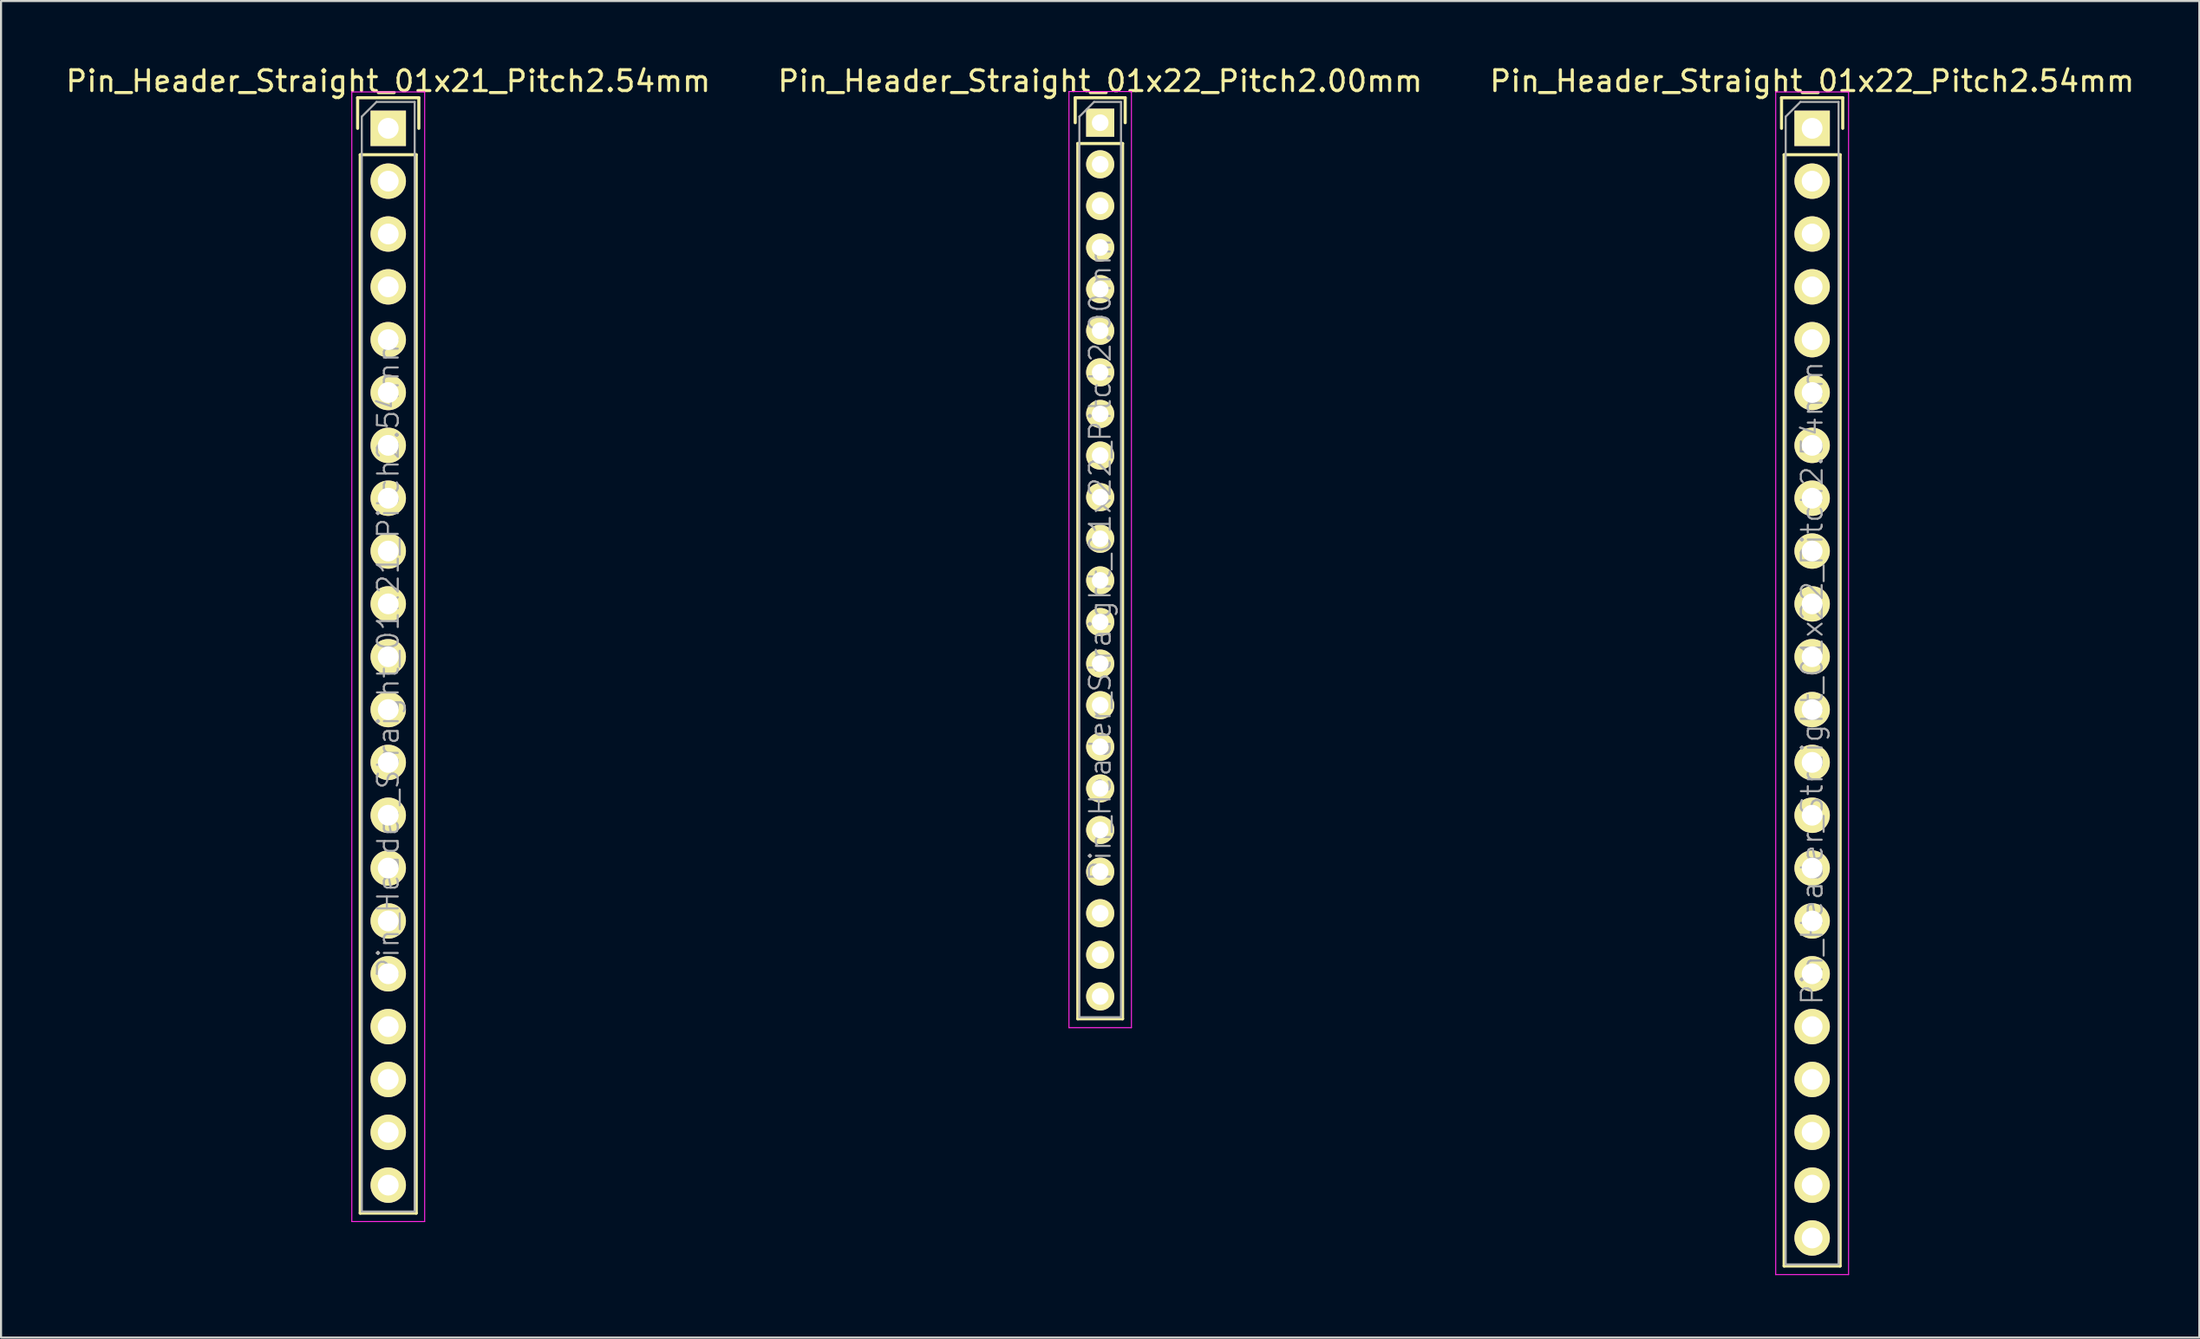
<source format=kicad_pcb>
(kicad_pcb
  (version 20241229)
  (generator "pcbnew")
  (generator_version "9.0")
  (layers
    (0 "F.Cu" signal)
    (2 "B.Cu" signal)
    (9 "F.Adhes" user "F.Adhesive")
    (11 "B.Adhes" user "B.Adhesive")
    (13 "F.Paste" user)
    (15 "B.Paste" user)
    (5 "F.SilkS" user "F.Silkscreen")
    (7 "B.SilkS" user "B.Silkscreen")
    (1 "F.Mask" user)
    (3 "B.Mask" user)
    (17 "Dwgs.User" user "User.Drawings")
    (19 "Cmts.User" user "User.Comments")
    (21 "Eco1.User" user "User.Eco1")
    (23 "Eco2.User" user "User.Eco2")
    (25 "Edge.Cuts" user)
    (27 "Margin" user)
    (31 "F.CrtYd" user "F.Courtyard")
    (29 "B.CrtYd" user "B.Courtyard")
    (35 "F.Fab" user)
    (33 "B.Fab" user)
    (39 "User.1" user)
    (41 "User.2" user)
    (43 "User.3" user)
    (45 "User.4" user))
  (footprint "Pin_Header_Straight_01x21_Pitch2.54mm"
    (layer "F.Cu")
    (at 15.601 3.118)
    (property "Reference" "Pin_Header_Straight_01x21_Pitch2.54mm" (at 0 -2.27 0) (layer "F.SilkS") (effects (font (size 1 1) (thickness 0.15))))
    (attr smd)
    (fp_line (start -1.47 -1.47) (end -1.47 0) (stroke (width 0.15) (type solid)) (layer "F.SilkS"))
    (fp_line (start -1.47 -1.47) (end 1.47 -1.47) (stroke (width 0.15) (type solid)) (layer "F.SilkS"))
    (fp_line (start -1.345 1.27) (end -1.345 52.145) (stroke (width 0.15) (type solid)) (layer "F.SilkS"))
    (fp_line (start -1.345 1.27) (end 1.345 1.27) (stroke (width 0.15) (type solid)) (layer "F.SilkS"))
    (fp_line (start -1.345 52.145) (end 1.345 52.145) (stroke (width 0.15) (type solid)) (layer "F.SilkS"))
    (fp_line (start 1.345 1.27) (end 1.345 52.145) (stroke (width 0.15) (type solid)) (layer "F.SilkS"))
    (fp_line (start 1.47 -1.47) (end 1.47 0) (stroke (width 0.15) (type solid)) (layer "F.SilkS"))
    (fp_line (start -1.75 -1.75) (end -1.75 52.55) (stroke (width 0.05) (type solid)) (layer "F.CrtYd"))
    (fp_line (start 1.75 -1.75) (end -1.75 -1.75) (stroke (width 0.05) (type solid)) (layer "F.CrtYd"))
    (fp_line (start 1.75 -1.75) (end 1.75 52.55) (stroke (width 0.05) (type solid)) (layer "F.CrtYd"))
    (fp_line (start 1.75 52.55) (end -1.75 52.55) (stroke (width 0.05) (type solid)) (layer "F.CrtYd"))
    (fp_line (start -1.27 -0.563) (end -0.563 -1.27) (stroke (width 0.1) (type solid)) (layer "F.Fab"))
    (fp_line (start -1.27 52.07) (end -1.27 -0.563) (stroke (width 0.1) (type solid)) (layer "F.Fab"))
    (fp_line (start 1.27 -1.27) (end -0.563 -1.27) (stroke (width 0.1) (type solid)) (layer "F.Fab"))
    (fp_line (start 1.27 52.07) (end -1.27 52.07) (stroke (width 0.1) (type solid)) (layer "F.Fab"))
    (fp_line (start 1.27 52.07) (end 1.27 -1.27) (stroke (width 0.1) (type solid)) (layer "F.Fab"))
    (fp_text user "${REFERENCE}" (at 0 25.4 90) (layer "F.Fab") (effects (font (size 1 1) (thickness 0.1))))
    (pad "1" thru_hole rect (at 0 0) (size 1.7 1.7) (drill 1) (layers "*.Cu" "*.Mask" "F.SilkS"))
    (pad "2" thru_hole oval (at 0 2.54) (size 1.7 1.7) (drill 1) (layers "*.Cu" "*.Mask" "F.SilkS"))
    (pad "3" thru_hole oval (at 0 5.08) (size 1.7 1.7) (drill 1) (layers "*.Cu" "*.Mask" "F.SilkS"))
    (pad "4" thru_hole oval (at 0 7.62) (size 1.7 1.7) (drill 1) (layers "*.Cu" "*.Mask" "F.SilkS"))
    (pad "5" thru_hole oval (at 0 10.16) (size 1.7 1.7) (drill 1) (layers "*.Cu" "*.Mask" "F.SilkS"))
    (pad "6" thru_hole oval (at 0 12.7) (size 1.7 1.7) (drill 1) (layers "*.Cu" "*.Mask" "F.SilkS"))
    (pad "7" thru_hole oval (at 0 15.24) (size 1.7 1.7) (drill 1) (layers "*.Cu" "*.Mask" "F.SilkS"))
    (pad "8" thru_hole oval (at 0 17.78) (size 1.7 1.7) (drill 1) (layers "*.Cu" "*.Mask" "F.SilkS"))
    (pad "9" thru_hole oval (at 0 20.32) (size 1.7 1.7) (drill 1) (layers "*.Cu" "*.Mask" "F.SilkS"))
    (pad "10" thru_hole oval (at 0 22.86) (size 1.7 1.7) (drill 1) (layers "*.Cu" "*.Mask" "F.SilkS"))
    (pad "11" thru_hole oval (at 0 25.4) (size 1.7 1.7) (drill 1) (layers "*.Cu" "*.Mask" "F.SilkS"))
    (pad "12" thru_hole oval (at 0 27.94) (size 1.7 1.7) (drill 1) (layers "*.Cu" "*.Mask" "F.SilkS"))
    (pad "13" thru_hole oval (at 0 30.48) (size 1.7 1.7) (drill 1) (layers "*.Cu" "*.Mask" "F.SilkS"))
    (pad "14" thru_hole oval (at 0 33.02) (size 1.7 1.7) (drill 1) (layers "*.Cu" "*.Mask" "F.SilkS"))
    (pad "15" thru_hole oval (at 0 35.56) (size 1.7 1.7) (drill 1) (layers "*.Cu" "*.Mask" "F.SilkS"))
    (pad "16" thru_hole oval (at 0 38.1) (size 1.7 1.7) (drill 1) (layers "*.Cu" "*.Mask" "F.SilkS"))
    (pad "17" thru_hole oval (at 0 40.64) (size 1.7 1.7) (drill 1) (layers "*.Cu" "*.Mask" "F.SilkS"))
    (pad "18" thru_hole oval (at 0 43.18) (size 1.7 1.7) (drill 1) (layers "*.Cu" "*.Mask" "F.SilkS"))
    (pad "19" thru_hole oval (at 0 45.72) (size 1.7 1.7) (drill 1) (layers "*.Cu" "*.Mask" "F.SilkS"))
    (pad "20" thru_hole oval (at 0 48.26) (size 1.7 1.7) (drill 1) (layers "*.Cu" "*.Mask" "F.SilkS"))
    (pad "21" thru_hole oval (at 0 50.8) (size 1.7 1.7) (drill 1) (layers "*.Cu" "*.Mask" "F.SilkS")))
  (footprint "Pin_Header_Straight_01x22_Pitch2.54mm"
    (layer "F.Cu")
    (at 84.006 3.118)
    (property "Reference" "Pin_Header_Straight_01x22_Pitch2.54mm" (at 0 -2.27 0) (layer "F.SilkS") (effects (font (size 1 1) (thickness 0.15))))
    (attr smd)
    (fp_line (start -1.47 -1.47) (end -1.47 0) (stroke (width 0.15) (type solid)) (layer "F.SilkS"))
    (fp_line (start -1.47 -1.47) (end 1.47 -1.47) (stroke (width 0.15) (type solid)) (layer "F.SilkS"))
    (fp_line (start -1.345 1.27) (end -1.345 54.685) (stroke (width 0.15) (type solid)) (layer "F.SilkS"))
    (fp_line (start -1.345 1.27) (end 1.345 1.27) (stroke (width 0.15) (type solid)) (layer "F.SilkS"))
    (fp_line (start -1.345 54.685) (end 1.345 54.685) (stroke (width 0.15) (type solid)) (layer "F.SilkS"))
    (fp_line (start 1.345 1.27) (end 1.345 54.685) (stroke (width 0.15) (type solid)) (layer "F.SilkS"))
    (fp_line (start 1.47 -1.47) (end 1.47 0) (stroke (width 0.15) (type solid)) (layer "F.SilkS"))
    (fp_line (start -1.75 -1.75) (end -1.75 55.1) (stroke (width 0.05) (type solid)) (layer "F.CrtYd"))
    (fp_line (start 1.75 -1.75) (end -1.75 -1.75) (stroke (width 0.05) (type solid)) (layer "F.CrtYd"))
    (fp_line (start 1.75 -1.75) (end 1.75 55.1) (stroke (width 0.05) (type solid)) (layer "F.CrtYd"))
    (fp_line (start 1.75 55.1) (end -1.75 55.1) (stroke (width 0.05) (type solid)) (layer "F.CrtYd"))
    (fp_line (start -1.27 -0.563) (end -0.563 -1.27) (stroke (width 0.1) (type solid)) (layer "F.Fab"))
    (fp_line (start -1.27 54.61) (end -1.27 -0.563) (stroke (width 0.1) (type solid)) (layer "F.Fab"))
    (fp_line (start 1.27 -1.27) (end -0.563 -1.27) (stroke (width 0.1) (type solid)) (layer "F.Fab"))
    (fp_line (start 1.27 54.61) (end -1.27 54.61) (stroke (width 0.1) (type solid)) (layer "F.Fab"))
    (fp_line (start 1.27 54.61) (end 1.27 -1.27) (stroke (width 0.1) (type solid)) (layer "F.Fab"))
    (fp_text user "${REFERENCE}" (at 0 26.67 90) (layer "F.Fab") (effects (font (size 1 1) (thickness 0.1))))
    (pad "1" thru_hole rect (at 0 0) (size 1.7 1.7) (drill 1) (layers "*.Cu" "*.Mask" "F.SilkS"))
    (pad "2" thru_hole oval (at 0 2.54) (size 1.7 1.7) (drill 1) (layers "*.Cu" "*.Mask" "F.SilkS"))
    (pad "3" thru_hole oval (at 0 5.08) (size 1.7 1.7) (drill 1) (layers "*.Cu" "*.Mask" "F.SilkS"))
    (pad "4" thru_hole oval (at 0 7.62) (size 1.7 1.7) (drill 1) (layers "*.Cu" "*.Mask" "F.SilkS"))
    (pad "5" thru_hole oval (at 0 10.16) (size 1.7 1.7) (drill 1) (layers "*.Cu" "*.Mask" "F.SilkS"))
    (pad "6" thru_hole oval (at 0 12.7) (size 1.7 1.7) (drill 1) (layers "*.Cu" "*.Mask" "F.SilkS"))
    (pad "7" thru_hole oval (at 0 15.24) (size 1.7 1.7) (drill 1) (layers "*.Cu" "*.Mask" "F.SilkS"))
    (pad "8" thru_hole oval (at 0 17.78) (size 1.7 1.7) (drill 1) (layers "*.Cu" "*.Mask" "F.SilkS"))
    (pad "9" thru_hole oval (at 0 20.32) (size 1.7 1.7) (drill 1) (layers "*.Cu" "*.Mask" "F.SilkS"))
    (pad "10" thru_hole oval (at 0 22.86) (size 1.7 1.7) (drill 1) (layers "*.Cu" "*.Mask" "F.SilkS"))
    (pad "11" thru_hole oval (at 0 25.4) (size 1.7 1.7) (drill 1) (layers "*.Cu" "*.Mask" "F.SilkS"))
    (pad "12" thru_hole oval (at 0 27.94) (size 1.7 1.7) (drill 1) (layers "*.Cu" "*.Mask" "F.SilkS"))
    (pad "13" thru_hole oval (at 0 30.48) (size 1.7 1.7) (drill 1) (layers "*.Cu" "*.Mask" "F.SilkS"))
    (pad "14" thru_hole oval (at 0 33.02) (size 1.7 1.7) (drill 1) (layers "*.Cu" "*.Mask" "F.SilkS"))
    (pad "15" thru_hole oval (at 0 35.56) (size 1.7 1.7) (drill 1) (layers "*.Cu" "*.Mask" "F.SilkS"))
    (pad "16" thru_hole oval (at 0 38.1) (size 1.7 1.7) (drill 1) (layers "*.Cu" "*.Mask" "F.SilkS"))
    (pad "17" thru_hole oval (at 0 40.64) (size 1.7 1.7) (drill 1) (layers "*.Cu" "*.Mask" "F.SilkS"))
    (pad "18" thru_hole oval (at 0 43.18) (size 1.7 1.7) (drill 1) (layers "*.Cu" "*.Mask" "F.SilkS"))
    (pad "19" thru_hole oval (at 0 45.72) (size 1.7 1.7) (drill 1) (layers "*.Cu" "*.Mask" "F.SilkS"))
    (pad "20" thru_hole oval (at 0 48.26) (size 1.7 1.7) (drill 1) (layers "*.Cu" "*.Mask" "F.SilkS"))
    (pad "21" thru_hole oval (at 0 50.8) (size 1.7 1.7) (drill 1) (layers "*.Cu" "*.Mask" "F.SilkS"))
    (pad "22" thru_hole oval (at 0 53.34) (size 1.7 1.7) (drill 1) (layers "*.Cu" "*.Mask" "F.SilkS")))
  (footprint "Pin_Header_Straight_01x22_Pitch2.00mm"
    (layer "F.Cu")
    (at 49.804 2.848)
    (property "Reference" "Pin_Header_Straight_01x22_Pitch2.00mm" (at 0 -2 0) (layer "F.SilkS") (effects (font (size 1 1) (thickness 0.15))))
    (attr smd)
    (fp_line (start -1.2 -1.2) (end -1.2 0) (stroke (width 0.15) (type solid)) (layer "F.SilkS"))
    (fp_line (start -1.2 -1.2) (end 1.2 -1.2) (stroke (width 0.15) (type solid)) (layer "F.SilkS"))
    (fp_line (start -1.075 1) (end -1.075 43.075) (stroke (width 0.15) (type solid)) (layer "F.SilkS"))
    (fp_line (start -1.075 1) (end 1.075 1) (stroke (width 0.15) (type solid)) (layer "F.SilkS"))
    (fp_line (start -1.075 43.075) (end 1.075 43.075) (stroke (width 0.15) (type solid)) (layer "F.SilkS"))
    (fp_line (start 1.075 1) (end 1.075 43.075) (stroke (width 0.15) (type solid)) (layer "F.SilkS"))
    (fp_line (start 1.2 -1.2) (end 1.2 0) (stroke (width 0.15) (type solid)) (layer "F.SilkS"))
    (fp_line (start -1.5 -1.5) (end -1.5 43.5) (stroke (width 0.05) (type solid)) (layer "F.CrtYd"))
    (fp_line (start 1.5 -1.5) (end -1.5 -1.5) (stroke (width 0.05) (type solid)) (layer "F.CrtYd"))
    (fp_line (start 1.5 -1.5) (end 1.5 43.5) (stroke (width 0.05) (type solid)) (layer "F.CrtYd"))
    (fp_line (start 1.5 43.5) (end -1.5 43.5) (stroke (width 0.05) (type solid)) (layer "F.CrtYd"))
    (fp_line (start -1 -0.293) (end -0.293 -1) (stroke (width 0.1) (type solid)) (layer "F.Fab"))
    (fp_line (start -1 43) (end -1 -0.293) (stroke (width 0.1) (type solid)) (layer "F.Fab"))
    (fp_line (start 1 -1) (end -0.293 -1) (stroke (width 0.1) (type solid)) (layer "F.Fab"))
    (fp_line (start 1 43) (end -1 43) (stroke (width 0.1) (type solid)) (layer "F.Fab"))
    (fp_line (start 1 43) (end 1 -1) (stroke (width 0.1) (type solid)) (layer "F.Fab"))
    (fp_text user "${REFERENCE}" (at 0 21 90) (layer "F.Fab") (effects (font (size 1 1) (thickness 0.1))))
    (pad "1" thru_hole rect (at 0 0) (size 1.35 1.35) (drill 0.8) (layers "*.Cu" "*.Mask" "F.SilkS"))
    (pad "2" thru_hole oval (at 0 2) (size 1.35 1.35) (drill 0.8) (layers "*.Cu" "*.Mask" "F.SilkS"))
    (pad "3" thru_hole oval (at 0 4) (size 1.35 1.35) (drill 0.8) (layers "*.Cu" "*.Mask" "F.SilkS"))
    (pad "4" thru_hole oval (at 0 6) (size 1.35 1.35) (drill 0.8) (layers "*.Cu" "*.Mask" "F.SilkS"))
    (pad "5" thru_hole oval (at 0 8) (size 1.35 1.35) (drill 0.8) (layers "*.Cu" "*.Mask" "F.SilkS"))
    (pad "6" thru_hole oval (at 0 10) (size 1.35 1.35) (drill 0.8) (layers "*.Cu" "*.Mask" "F.SilkS"))
    (pad "7" thru_hole oval (at 0 12) (size 1.35 1.35) (drill 0.8) (layers "*.Cu" "*.Mask" "F.SilkS"))
    (pad "8" thru_hole oval (at 0 14) (size 1.35 1.35) (drill 0.8) (layers "*.Cu" "*.Mask" "F.SilkS"))
    (pad "9" thru_hole oval (at 0 16) (size 1.35 1.35) (drill 0.8) (layers "*.Cu" "*.Mask" "F.SilkS"))
    (pad "10" thru_hole oval (at 0 18) (size 1.35 1.35) (drill 0.8) (layers "*.Cu" "*.Mask" "F.SilkS"))
    (pad "11" thru_hole oval (at 0 20) (size 1.35 1.35) (drill 0.8) (layers "*.Cu" "*.Mask" "F.SilkS"))
    (pad "12" thru_hole oval (at 0 22) (size 1.35 1.35) (drill 0.8) (layers "*.Cu" "*.Mask" "F.SilkS"))
    (pad "13" thru_hole oval (at 0 24) (size 1.35 1.35) (drill 0.8) (layers "*.Cu" "*.Mask" "F.SilkS"))
    (pad "14" thru_hole oval (at 0 26) (size 1.35 1.35) (drill 0.8) (layers "*.Cu" "*.Mask" "F.SilkS"))
    (pad "15" thru_hole oval (at 0 28) (size 1.35 1.35) (drill 0.8) (layers "*.Cu" "*.Mask" "F.SilkS"))
    (pad "16" thru_hole oval (at 0 30) (size 1.35 1.35) (drill 0.8) (layers "*.Cu" "*.Mask" "F.SilkS"))
    (pad "17" thru_hole oval (at 0 32) (size 1.35 1.35) (drill 0.8) (layers "*.Cu" "*.Mask" "F.SilkS"))
    (pad "18" thru_hole oval (at 0 34) (size 1.35 1.35) (drill 0.8) (layers "*.Cu" "*.Mask" "F.SilkS"))
    (pad "19" thru_hole oval (at 0 36) (size 1.35 1.35) (drill 0.8) (layers "*.Cu" "*.Mask" "F.SilkS"))
    (pad "20" thru_hole oval (at 0 38) (size 1.35 1.35) (drill 0.8) (layers "*.Cu" "*.Mask" "F.SilkS"))
    (pad "21" thru_hole oval (at 0 40) (size 1.35 1.35) (drill 0.8) (layers "*.Cu" "*.Mask" "F.SilkS"))
    (pad "22" thru_hole oval (at 0 42) (size 1.35 1.35) (drill 0.8) (layers "*.Cu" "*.Mask" "F.SilkS")))
  (gr_rect
    (start -3 -3)
    (end 102.607 61.243)
    (stroke (width 0.1) (type default))
    (fill no)
    (layer "Edge.Cuts")))
</source>
